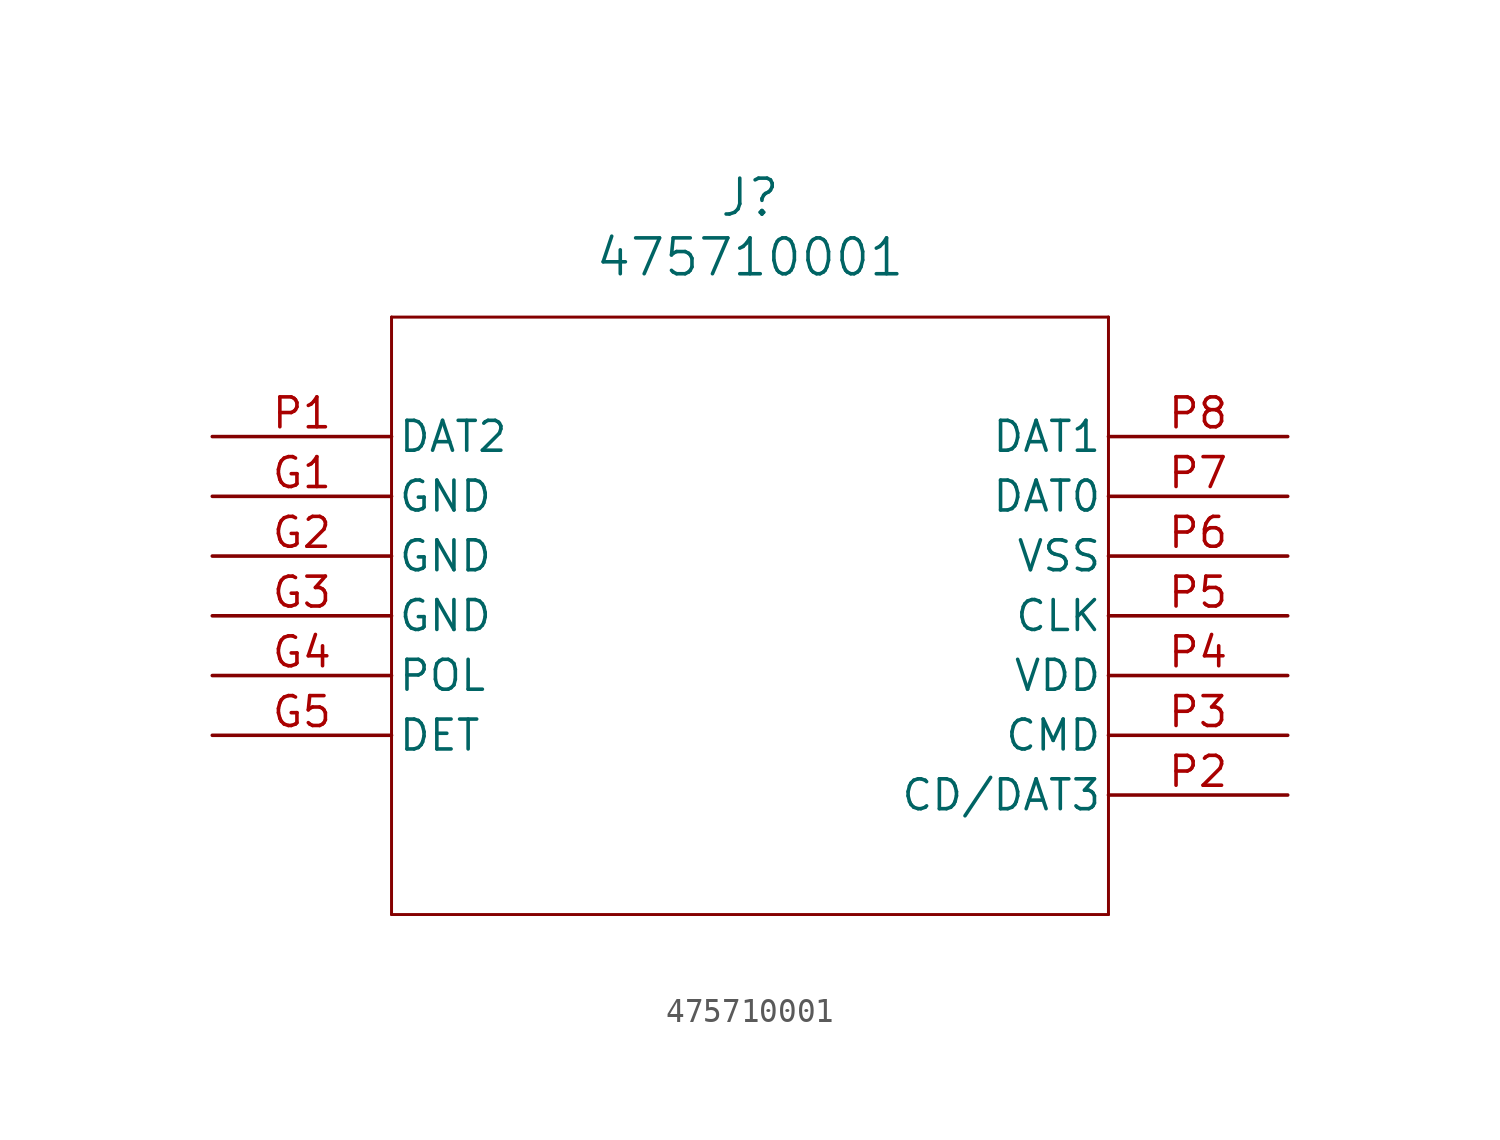
<source format=kicad_sym>
(kicad_symbol_lib
  (version 20211014)
  (generator kicad_symbol_editor)
  (symbol "475710001"
    (pin_names
      (offset 0.254))
    (property "Reference" "J"
      (at 22.86 10.16 0)
      (effects (font (size 1.524 1.524))))
    (property "Value" "475710001"
      (at 22.86 7.62 0)
      (effects (font (size 1.524 1.524))))
    (symbol "475710001_0_1"
      (polyline (pts (xy 7.62 5.08) (xy 7.62 -20.32)) (stroke (width 0.127) (type default) (color 0 0 0 0)) (fill (type none)))
      (polyline (pts (xy 7.62 -20.32) (xy 38.1 -20.32)) (stroke (width 0.127) (type default) (color 0 0 0 0)) (fill (type none)))
      (polyline (pts (xy 38.1 -20.32) (xy 38.1 5.08)) (stroke (width 0.127) (type default) (color 0 0 0 0)) (fill (type none)))
      (polyline (pts (xy 38.1 5.08) (xy 7.62 5.08)) (stroke (width 0.127) (type default) (color 0 0 0 0)) (fill (type none)))
      (pin bidirectional line (at 0 0 0) (length 7.62) (name "DAT2" (effects (font (size 1.27 1.27)))) (number "P1" (effects (font (size 1.27 1.27)))))
      (pin unspecified line (at 45.72 -15.24 180) (length 7.62) (name "CD/DAT3" (effects (font (size 1.27 1.27)))) (number "P2" (effects (font (size 1.27 1.27)))))
      (pin unspecified line (at 45.72 -12.7 180) (length 7.62) (name "CMD" (effects (font (size 1.27 1.27)))) (number "P3" (effects (font (size 1.27 1.27)))))
      (pin power_in line (at 45.72 -10.16 180) (length 7.62) (name "VDD" (effects (font (size 1.27 1.27)))) (number "P4" (effects (font (size 1.27 1.27)))))
      (pin unspecified line (at 45.72 -7.62 180) (length 7.62) (name "CLK" (effects (font (size 1.27 1.27)))) (number "P5" (effects (font (size 1.27 1.27)))))
      (pin power_out line (at 45.72 -5.08 180) (length 7.62) (name "VSS" (effects (font (size 1.27 1.27)))) (number "P6" (effects (font (size 1.27 1.27)))))
      (pin bidirectional line (at 45.72 -2.54 180) (length 7.62) (name "DAT0" (effects (font (size 1.27 1.27)))) (number "P7" (effects (font (size 1.27 1.27)))))
      (pin bidirectional line (at 45.72 0 180) (length 7.62) (name "DAT1" (effects (font (size 1.27 1.27)))) (number "P8" (effects (font (size 1.27 1.27)))))
      (pin power_out line (at 0 -2.54 0) (length 7.62) (name "GND" (effects (font (size 1.27 1.27)))) (number "G1" (effects (font (size 1.27 1.27)))))
      (pin power_out line (at 0 -5.08 0) (length 7.62) (name "GND" (effects (font (size 1.27 1.27)))) (number "G2" (effects (font (size 1.27 1.27)))))
      (pin power_out line (at 0 -7.62 0) (length 7.62) (name "GND" (effects (font (size 1.27 1.27)))) (number "G3" (effects (font (size 1.27 1.27)))))
      (pin unspecified line (at 0 -10.16 0) (length 7.62) (name "POL" (effects (font (size 1.27 1.27)))) (number "G4" (effects (font (size 1.27 1.27)))))
      (pin unspecified line (at 0 -12.7 0) (length 7.62) (name "DET" (effects (font (size 1.27 1.27)))) (number "G5" (effects (font (size 1.27 1.27))))))))
</source>
